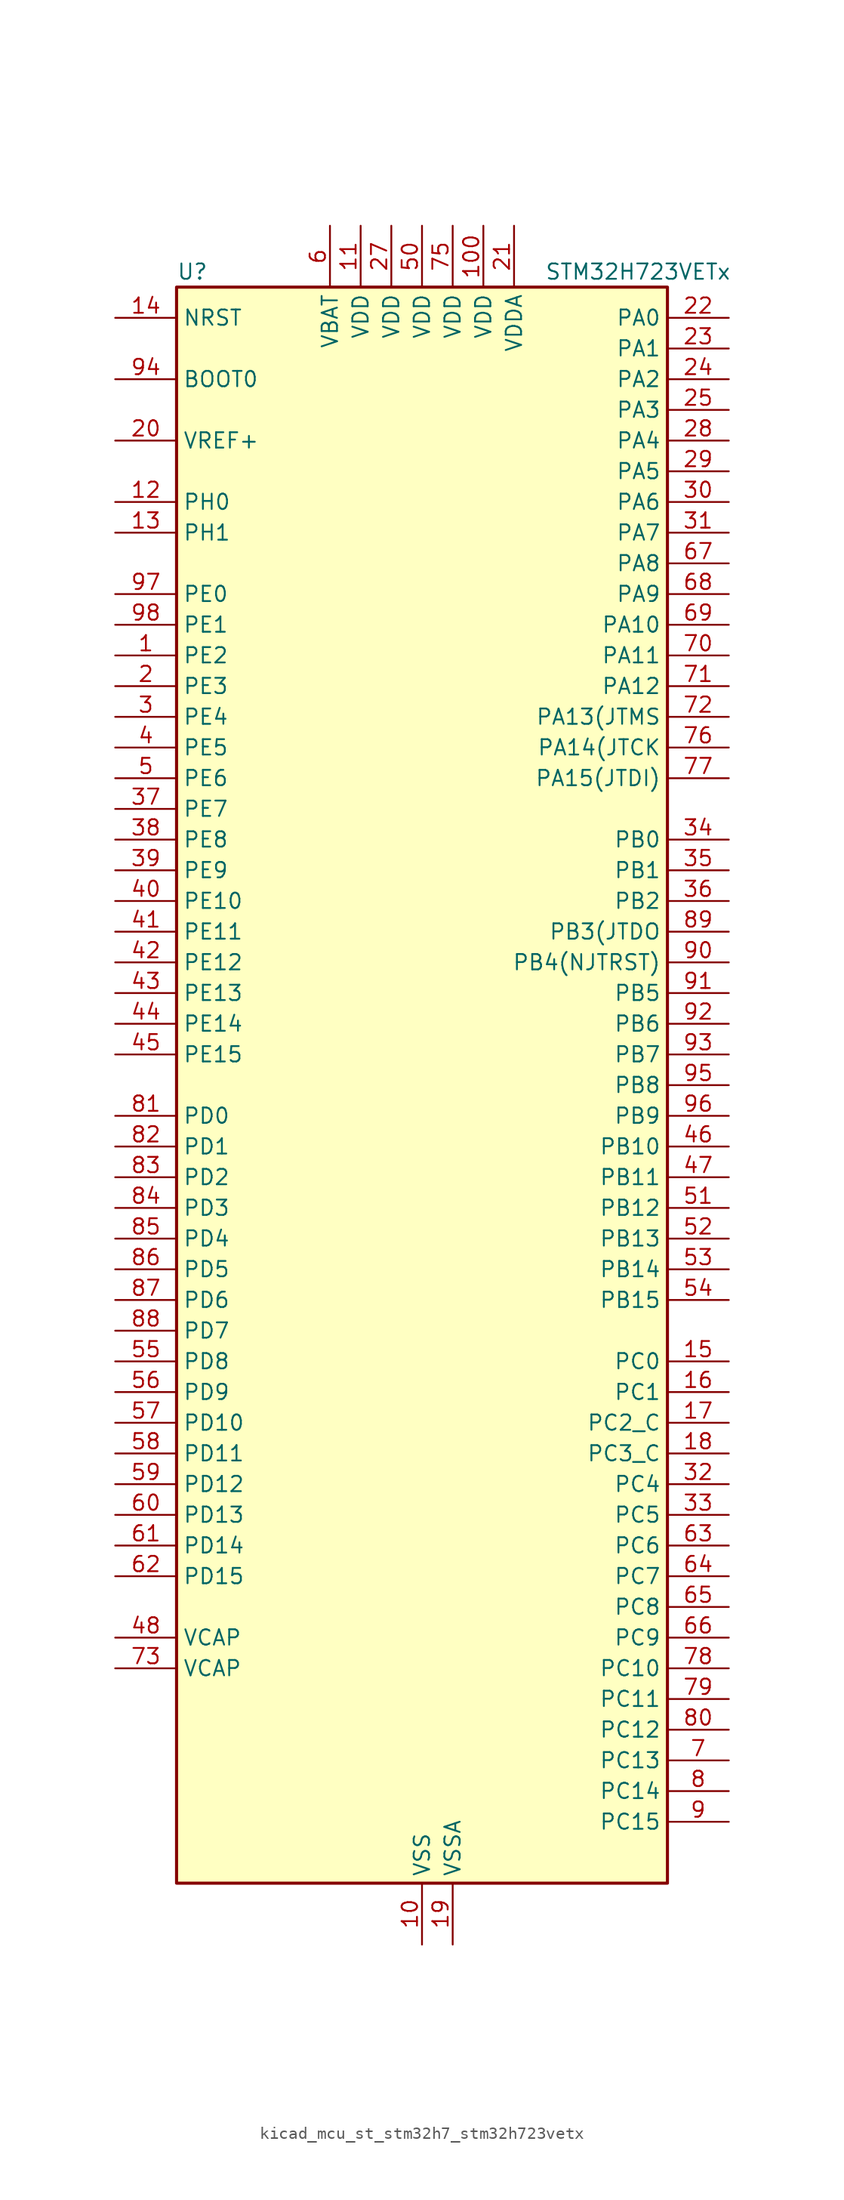
<source format=kicad_sym>
(kicad_symbol_lib
  (version 20220914)
  (generator kicad_symbol_editor)
  (symbol "kicad_mcu_st_stm32h7_stm32h723vetx"
    (property "Reference" "U"
      (at -20.32 67.31 0)
      (effects (font (size 1.27 1.27)) (justify left)))
    (property "Value" "STM32H723VETx"
      (at 10.16 67.31 0)
      (effects (font (size 1.27 1.27)) (justify left)))
    (property "ki_locked" ""
      (at 0 0 0)
      (effects (font (size 1.27 1.27))))
    (symbol "kicad_mcu_st_stm32h7_stm32h723vetx_0_1"
      (rectangle (start -20.32 -66.04) (end 20.32 66.04) (stroke (width 0.254) (type default)) (fill (type background))))
    (symbol "kicad_mcu_st_stm32h7_stm32h723vetx_1_1"
      (pin bidirectional line (at -25.4 35.56 0) (length 5.08) (name "PE2" (effects (font (size 1.27 1.27)))) (number "1" (effects (font (size 1.27 1.27)))) (alternate "DEBUG_TRACECLK" bidirectional line) (alternate "ETH_TXD3" bidirectional line) (alternate "FMC_A23" bidirectional line) (alternate "OCTOSPIM_P1_IO2" bidirectional line) (alternate "SAI1_CK1" bidirectional line) (alternate "SAI1_MCLK_A" bidirectional line) (alternate "SAI4_CK1" bidirectional line) (alternate "SAI4_MCLK_A" bidirectional line) (alternate "SPI4_SCK" bidirectional line) (alternate "USART10_RX" bidirectional line))
      (pin power_in line (at 0 -71.12 90) (length 5.08) (name "VSS" (effects (font (size 1.27 1.27)))) (number "10" (effects (font (size 1.27 1.27)))))
      (pin power_in line (at 5.08 71.12 270) (length 5.08) (name "VDD" (effects (font (size 1.27 1.27)))) (number "100" (effects (font (size 1.27 1.27)))))
      (pin power_in line (at -5.08 71.12 270) (length 5.08) (name "VDD" (effects (font (size 1.27 1.27)))) (number "11" (effects (font (size 1.27 1.27)))))
      (pin bidirectional line (at -25.4 48.26 0) (length 5.08) (name "PH0" (effects (font (size 1.27 1.27)))) (number "12" (effects (font (size 1.27 1.27)))) (alternate "RCC_OSC_IN" bidirectional line))
      (pin bidirectional line (at -25.4 45.72 0) (length 5.08) (name "PH1" (effects (font (size 1.27 1.27)))) (number "13" (effects (font (size 1.27 1.27)))) (alternate "RCC_OSC_OUT" bidirectional line))
      (pin input line (at -25.4 63.5 0) (length 5.08) (name "NRST" (effects (font (size 1.27 1.27)))) (number "14" (effects (font (size 1.27 1.27)))))
      (pin bidirectional line (at 25.4 -22.86 180) (length 5.08) (name "PC0" (effects (font (size 1.27 1.27)))) (number "15" (effects (font (size 1.27 1.27)))) (alternate "ADC1_INP10" bidirectional line) (alternate "ADC2_INP10" bidirectional line) (alternate "ADC3_INP10" bidirectional line) (alternate "DFSDM1_CKIN0" bidirectional line) (alternate "DFSDM1_DATIN4" bidirectional line) (alternate "FMC_A25" bidirectional line) (alternate "FMC_D12" bidirectional line) (alternate "FMC_DA12" bidirectional line) (alternate "FMC_SDNWE" bidirectional line) (alternate "LTDC_G2" bidirectional line) (alternate "LTDC_R5" bidirectional line) (alternate "SAI4_FS_B" bidirectional line) (alternate "USB_OTG_HS_ULPI_STP" bidirectional line))
      (pin bidirectional line (at 25.4 -25.4 180) (length 5.08) (name "PC1" (effects (font (size 1.27 1.27)))) (number "16" (effects (font (size 1.27 1.27)))) (alternate "ADC1_INN10" bidirectional line) (alternate "ADC1_INP11" bidirectional line) (alternate "ADC2_INN10" bidirectional line) (alternate "ADC2_INP11" bidirectional line) (alternate "ADC3_INN10" bidirectional line) (alternate "ADC3_INP11" bidirectional line) (alternate "DEBUG_TRACED0" bidirectional line) (alternate "DFSDM1_CKIN4" bidirectional line) (alternate "DFSDM1_DATIN0" bidirectional line) (alternate "ETH_MDC" bidirectional line) (alternate "I2S2_SDO" bidirectional line) (alternate "LTDC_G5" bidirectional line) (alternate "MDIOS_MDC" bidirectional line) (alternate "OCTOSPIM_P1_IO4" bidirectional line) (alternate "PWR_WKUP6" bidirectional line) (alternate "RTC_TAMP3" bidirectional line) (alternate "SAI1_D1" bidirectional line) (alternate "SAI1_SD_A" bidirectional line) (alternate "SAI4_D1" bidirectional line) (alternate "SAI4_SD_A" bidirectional line) (alternate "SDMMC2_CK" bidirectional line) (alternate "SPI2_MOSI" bidirectional line))
      (pin bidirectional line (at 25.4 -27.94 180) (length 5.08) (name "PC2_C" (effects (font (size 1.27 1.27)))) (number "17" (effects (font (size 1.27 1.27)))) (alternate "ADC3_INN1" bidirectional line) (alternate "ADC3_INP0" bidirectional line) (alternate "DFSDM1_CKIN1" bidirectional line) (alternate "DFSDM1_CKOUT" bidirectional line) (alternate "ETH_TXD2" bidirectional line) (alternate "FMC_SDNE0" bidirectional line) (alternate "I2S2_SDI" bidirectional line) (alternate "OCTOSPIM_P1_IO2" bidirectional line) (alternate "OCTOSPIM_P1_IO5" bidirectional line) (alternate "PWR_CSTOP" bidirectional line) (alternate "SPI2_MISO" bidirectional line) (alternate "USB_OTG_HS_ULPI_DIR" bidirectional line))
      (pin bidirectional line (at 25.4 -30.48 180) (length 5.08) (name "PC3_C" (effects (font (size 1.27 1.27)))) (number "18" (effects (font (size 1.27 1.27)))) (alternate "ADC3_INP1" bidirectional line) (alternate "DFSDM1_DATIN1" bidirectional line) (alternate "ETH_TX_CLK" bidirectional line) (alternate "FMC_SDCKE0" bidirectional line) (alternate "I2S2_SDO" bidirectional line) (alternate "OCTOSPIM_P1_IO0" bidirectional line) (alternate "OCTOSPIM_P1_IO6" bidirectional line) (alternate "PWR_CSLEEP" bidirectional line) (alternate "SPI2_MOSI" bidirectional line) (alternate "USB_OTG_HS_ULPI_NXT" bidirectional line))
      (pin power_in line (at 2.54 -71.12 90) (length 5.08) (name "VSSA" (effects (font (size 1.27 1.27)))) (number "19" (effects (font (size 1.27 1.27)))))
      (pin bidirectional line (at -25.4 33.02 0) (length 5.08) (name "PE3" (effects (font (size 1.27 1.27)))) (number "2" (effects (font (size 1.27 1.27)))) (alternate "DEBUG_TRACED0" bidirectional line) (alternate "FMC_A19" bidirectional line) (alternate "SAI1_SD_B" bidirectional line) (alternate "SAI4_SD_B" bidirectional line) (alternate "TIM15_BKIN" bidirectional line) (alternate "USART10_TX" bidirectional line))
      (pin input line (at -25.4 53.34 0) (length 5.08) (name "VREF+" (effects (font (size 1.27 1.27)))) (number "20" (effects (font (size 1.27 1.27)))) (alternate "VREFBUF_OUT" bidirectional line))
      (pin power_in line (at 7.62 71.12 270) (length 5.08) (name "VDDA" (effects (font (size 1.27 1.27)))) (number "21" (effects (font (size 1.27 1.27)))))
      (pin bidirectional line (at 25.4 63.5 180) (length 5.08) (name "PA0" (effects (font (size 1.27 1.27)))) (number "22" (effects (font (size 1.27 1.27)))) (alternate "ADC1_INP16" bidirectional line) (alternate "ETH_CRS" bidirectional line) (alternate "FMC_A19" bidirectional line) (alternate "I2S6_WS" bidirectional line) (alternate "PWR_WKUP1" bidirectional line) (alternate "SAI4_SD_B" bidirectional line) (alternate "SDMMC2_CMD" bidirectional line) (alternate "SPI6_NSS" bidirectional line) (alternate "TIM15_BKIN" bidirectional line) (alternate "TIM2_CH1" bidirectional line) (alternate "TIM2_ETR" bidirectional line) (alternate "TIM5_CH1" bidirectional line) (alternate "TIM8_ETR" bidirectional line) (alternate "UART4_TX" bidirectional line) (alternate "USART2_CTS" bidirectional line) (alternate "USART2_NSS" bidirectional line))
      (pin bidirectional line (at 25.4 60.96 180) (length 5.08) (name "PA1" (effects (font (size 1.27 1.27)))) (number "23" (effects (font (size 1.27 1.27)))) (alternate "ADC1_INN16" bidirectional line) (alternate "ADC1_INP17" bidirectional line) (alternate "ETH_REF_CLK" bidirectional line) (alternate "ETH_RX_CLK" bidirectional line) (alternate "LPTIM3_OUT" bidirectional line) (alternate "LTDC_R2" bidirectional line) (alternate "OCTOSPIM_P1_DQS" bidirectional line) (alternate "OCTOSPIM_P1_IO3" bidirectional line) (alternate "SAI4_MCLK_B" bidirectional line) (alternate "TIM15_CH1N" bidirectional line) (alternate "TIM2_CH2" bidirectional line) (alternate "TIM5_CH2" bidirectional line) (alternate "UART4_RX" bidirectional line) (alternate "USART2_DE" bidirectional line) (alternate "USART2_RTS" bidirectional line))
      (pin bidirectional line (at 25.4 58.42 180) (length 5.08) (name "PA2" (effects (font (size 1.27 1.27)))) (number "24" (effects (font (size 1.27 1.27)))) (alternate "ADC1_INP14" bidirectional line) (alternate "ADC2_INP14" bidirectional line) (alternate "ETH_MDIO" bidirectional line) (alternate "LPTIM4_OUT" bidirectional line) (alternate "LTDC_R1" bidirectional line) (alternate "MDIOS_MDIO" bidirectional line) (alternate "OCTOSPIM_P1_IO0" bidirectional line) (alternate "PWR_WKUP2" bidirectional line) (alternate "SAI4_SCK_B" bidirectional line) (alternate "TIM15_CH1" bidirectional line) (alternate "TIM2_CH3" bidirectional line) (alternate "TIM5_CH3" bidirectional line) (alternate "USART2_TX" bidirectional line))
      (pin bidirectional line (at 25.4 55.88 180) (length 5.08) (name "PA3" (effects (font (size 1.27 1.27)))) (number "25" (effects (font (size 1.27 1.27)))) (alternate "ADC1_INP15" bidirectional line) (alternate "ADC2_INP15" bidirectional line) (alternate "ETH_COL" bidirectional line) (alternate "I2S6_MCK" bidirectional line) (alternate "LPTIM5_OUT" bidirectional line) (alternate "LTDC_B2" bidirectional line) (alternate "LTDC_B5" bidirectional line) (alternate "OCTOSPIM_P1_CLK" bidirectional line) (alternate "OCTOSPIM_P1_IO2" bidirectional line) (alternate "TIM15_CH2" bidirectional line) (alternate "TIM2_CH4" bidirectional line) (alternate "TIM5_CH4" bidirectional line) (alternate "USART2_RX" bidirectional line) (alternate "USB_OTG_HS_ULPI_D0" bidirectional line))
      (pin passive line (at 0 -71.12 90) (length 5.08) hide (name "VSS" (effects (font (size 1.27 1.27)))) (number "26" (effects (font (size 1.27 1.27)))))
      (pin power_in line (at -2.54 71.12 270) (length 5.08) (name "VDD" (effects (font (size 1.27 1.27)))) (number "27" (effects (font (size 1.27 1.27)))))
      (pin bidirectional line (at 25.4 53.34 180) (length 5.08) (name "PA4" (effects (font (size 1.27 1.27)))) (number "28" (effects (font (size 1.27 1.27)))) (alternate "ADC1_INP18" bidirectional line) (alternate "ADC2_INP18" bidirectional line) (alternate "DAC1_OUT1" bidirectional line) (alternate "DCMI_HSYNC" bidirectional line) (alternate "FMC_D8" bidirectional line) (alternate "FMC_DA8" bidirectional line) (alternate "I2S1_WS" bidirectional line) (alternate "I2S3_WS" bidirectional line) (alternate "I2S6_WS" bidirectional line) (alternate "LTDC_VSYNC" bidirectional line) (alternate "PSSI_DE" bidirectional line) (alternate "SPI1_NSS" bidirectional line) (alternate "SPI3_NSS" bidirectional line) (alternate "SPI6_NSS" bidirectional line) (alternate "TIM5_ETR" bidirectional line) (alternate "USART2_CK" bidirectional line))
      (pin bidirectional line (at 25.4 50.8 180) (length 5.08) (name "PA5" (effects (font (size 1.27 1.27)))) (number "29" (effects (font (size 1.27 1.27)))) (alternate "ADC1_INN18" bidirectional line) (alternate "ADC1_INP19" bidirectional line) (alternate "ADC2_INN18" bidirectional line) (alternate "ADC2_INP19" bidirectional line) (alternate "DAC1_OUT2" bidirectional line) (alternate "FMC_D9" bidirectional line) (alternate "FMC_DA9" bidirectional line) (alternate "I2S1_CK" bidirectional line) (alternate "I2S6_CK" bidirectional line) (alternate "LTDC_R4" bidirectional line) (alternate "PSSI_D14" bidirectional line) (alternate "PWR_NDSTOP2" bidirectional line) (alternate "SPI1_SCK" bidirectional line) (alternate "SPI6_SCK" bidirectional line) (alternate "TIM2_CH1" bidirectional line) (alternate "TIM2_ETR" bidirectional line) (alternate "TIM8_CH1N" bidirectional line) (alternate "USB_OTG_HS_ULPI_CK" bidirectional line))
      (pin bidirectional line (at -25.4 30.48 0) (length 5.08) (name "PE4" (effects (font (size 1.27 1.27)))) (number "3" (effects (font (size 1.27 1.27)))) (alternate "DCMI_D4" bidirectional line) (alternate "DEBUG_TRACED1" bidirectional line) (alternate "DFSDM1_DATIN3" bidirectional line) (alternate "FMC_A20" bidirectional line) (alternate "LTDC_B0" bidirectional line) (alternate "PSSI_D4" bidirectional line) (alternate "SAI1_D2" bidirectional line) (alternate "SAI1_FS_A" bidirectional line) (alternate "SAI4_D2" bidirectional line) (alternate "SAI4_FS_A" bidirectional line) (alternate "SPI4_NSS" bidirectional line) (alternate "TIM15_CH1N" bidirectional line))
      (pin bidirectional line (at 25.4 48.26 180) (length 5.08) (name "PA6" (effects (font (size 1.27 1.27)))) (number "30" (effects (font (size 1.27 1.27)))) (alternate "ADC1_INP3" bidirectional line) (alternate "ADC2_INP3" bidirectional line) (alternate "DCMI_PIXCLK" bidirectional line) (alternate "I2S1_SDI" bidirectional line) (alternate "I2S6_SDI" bidirectional line) (alternate "LTDC_G2" bidirectional line) (alternate "MDIOS_MDC" bidirectional line) (alternate "OCTOSPIM_P1_IO3" bidirectional line) (alternate "PSSI_PDCK" bidirectional line) (alternate "SPI1_MISO" bidirectional line) (alternate "SPI6_MISO" bidirectional line) (alternate "TIM13_CH1" bidirectional line) (alternate "TIM1_BKIN" bidirectional line) (alternate "TIM1_BKIN_COMP1" bidirectional line) (alternate "TIM1_BKIN_COMP2" bidirectional line) (alternate "TIM3_CH1" bidirectional line) (alternate "TIM8_BKIN" bidirectional line) (alternate "TIM8_BKIN_COMP1" bidirectional line) (alternate "TIM8_BKIN_COMP2" bidirectional line))
      (pin bidirectional line (at 25.4 45.72 180) (length 5.08) (name "PA7" (effects (font (size 1.27 1.27)))) (number "31" (effects (font (size 1.27 1.27)))) (alternate "ADC1_INN3" bidirectional line) (alternate "ADC1_INP7" bidirectional line) (alternate "ADC2_INN3" bidirectional line) (alternate "ADC2_INP7" bidirectional line) (alternate "ETH_CRS_DV" bidirectional line) (alternate "ETH_RX_DV" bidirectional line) (alternate "FMC_SDNWE" bidirectional line) (alternate "I2S1_SDO" bidirectional line) (alternate "I2S6_SDO" bidirectional line) (alternate "LTDC_VSYNC" bidirectional line) (alternate "OCTOSPIM_P1_IO2" bidirectional line) (alternate "OPAMP1_VINM" bidirectional line) (alternate "SPI1_MOSI" bidirectional line) (alternate "SPI6_MOSI" bidirectional line) (alternate "TIM14_CH1" bidirectional line) (alternate "TIM1_CH1N" bidirectional line) (alternate "TIM3_CH2" bidirectional line) (alternate "TIM8_CH1N" bidirectional line))
      (pin bidirectional line (at 25.4 -33.02 180) (length 5.08) (name "PC4" (effects (font (size 1.27 1.27)))) (number "32" (effects (font (size 1.27 1.27)))) (alternate "ADC1_INP4" bidirectional line) (alternate "ADC2_INP4" bidirectional line) (alternate "COMP1_INM" bidirectional line) (alternate "DFSDM1_CKIN2" bidirectional line) (alternate "ETH_RXD0" bidirectional line) (alternate "FMC_A22" bidirectional line) (alternate "FMC_SDNE0" bidirectional line) (alternate "I2S1_MCK" bidirectional line) (alternate "LTDC_R7" bidirectional line) (alternate "OPAMP1_VOUT" bidirectional line) (alternate "SDMMC2_CKIN" bidirectional line) (alternate "SPDIFRX1_IN2" bidirectional line))
      (pin bidirectional line (at 25.4 -35.56 180) (length 5.08) (name "PC5" (effects (font (size 1.27 1.27)))) (number "33" (effects (font (size 1.27 1.27)))) (alternate "ADC1_INN4" bidirectional line) (alternate "ADC1_INP8" bidirectional line) (alternate "ADC2_INN4" bidirectional line) (alternate "ADC2_INP8" bidirectional line) (alternate "COMP1_OUT" bidirectional line) (alternate "DFSDM1_DATIN2" bidirectional line) (alternate "ETH_RXD1" bidirectional line) (alternate "FMC_SDCKE0" bidirectional line) (alternate "LTDC_DE" bidirectional line) (alternate "OCTOSPIM_P1_DQS" bidirectional line) (alternate "OPAMP1_VINM" bidirectional line) (alternate "PSSI_D15" bidirectional line) (alternate "SAI1_D3" bidirectional line) (alternate "SAI4_D3" bidirectional line) (alternate "SPDIFRX1_IN3" bidirectional line))
      (pin bidirectional line (at 25.4 20.32 180) (length 5.08) (name "PB0" (effects (font (size 1.27 1.27)))) (number "34" (effects (font (size 1.27 1.27)))) (alternate "ADC1_INN5" bidirectional line) (alternate "ADC1_INP9" bidirectional line) (alternate "ADC2_INN5" bidirectional line) (alternate "ADC2_INP9" bidirectional line) (alternate "COMP1_INP" bidirectional line) (alternate "DFSDM1_CKOUT" bidirectional line) (alternate "ETH_RXD2" bidirectional line) (alternate "LTDC_G1" bidirectional line) (alternate "LTDC_R3" bidirectional line) (alternate "OCTOSPIM_P1_IO1" bidirectional line) (alternate "OPAMP1_VINP" bidirectional line) (alternate "TIM1_CH2N" bidirectional line) (alternate "TIM3_CH3" bidirectional line) (alternate "TIM8_CH2N" bidirectional line) (alternate "UART4_CTS" bidirectional line) (alternate "USB_OTG_HS_ULPI_D1" bidirectional line))
      (pin bidirectional line (at 25.4 17.78 180) (length 5.08) (name "PB1" (effects (font (size 1.27 1.27)))) (number "35" (effects (font (size 1.27 1.27)))) (alternate "ADC1_INP5" bidirectional line) (alternate "ADC2_INP5" bidirectional line) (alternate "COMP1_INM" bidirectional line) (alternate "DFSDM1_DATIN1" bidirectional line) (alternate "ETH_RXD3" bidirectional line) (alternate "LTDC_G0" bidirectional line) (alternate "LTDC_R6" bidirectional line) (alternate "OCTOSPIM_P1_IO0" bidirectional line) (alternate "TIM1_CH3N" bidirectional line) (alternate "TIM3_CH4" bidirectional line) (alternate "TIM8_CH3N" bidirectional line) (alternate "USB_OTG_HS_ULPI_D2" bidirectional line))
      (pin bidirectional line (at 25.4 15.24 180) (length 5.08) (name "PB2" (effects (font (size 1.27 1.27)))) (number "36" (effects (font (size 1.27 1.27)))) (alternate "COMP1_INP" bidirectional line) (alternate "DFSDM1_CKIN1" bidirectional line) (alternate "ETH_TX_ER" bidirectional line) (alternate "I2S3_SDO" bidirectional line) (alternate "OCTOSPIM_P1_CLK" bidirectional line) (alternate "OCTOSPIM_P1_DQS" bidirectional line) (alternate "RTC_OUT_ALARM" bidirectional line) (alternate "RTC_OUT_CALIB" bidirectional line) (alternate "SAI1_D1" bidirectional line) (alternate "SAI1_SD_A" bidirectional line) (alternate "SAI4_D1" bidirectional line) (alternate "SAI4_SD_A" bidirectional line) (alternate "SPI3_MOSI" bidirectional line) (alternate "TIM23_ETR" bidirectional line))
      (pin bidirectional line (at -25.4 22.86 0) (length 5.08) (name "PE7" (effects (font (size 1.27 1.27)))) (number "37" (effects (font (size 1.27 1.27)))) (alternate "COMP2_INM" bidirectional line) (alternate "DFSDM1_DATIN2" bidirectional line) (alternate "FMC_D4" bidirectional line) (alternate "FMC_DA4" bidirectional line) (alternate "OCTOSPIM_P1_IO4" bidirectional line) (alternate "OPAMP2_VOUT" bidirectional line) (alternate "TIM1_ETR" bidirectional line) (alternate "UART7_RX" bidirectional line))
      (pin bidirectional line (at -25.4 20.32 0) (length 5.08) (name "PE8" (effects (font (size 1.27 1.27)))) (number "38" (effects (font (size 1.27 1.27)))) (alternate "COMP2_OUT" bidirectional line) (alternate "DFSDM1_CKIN2" bidirectional line) (alternate "FMC_D5" bidirectional line) (alternate "FMC_DA5" bidirectional line) (alternate "OCTOSPIM_P1_IO5" bidirectional line) (alternate "OPAMP2_VINM" bidirectional line) (alternate "TIM1_CH1N" bidirectional line) (alternate "UART7_TX" bidirectional line))
      (pin bidirectional line (at -25.4 17.78 0) (length 5.08) (name "PE9" (effects (font (size 1.27 1.27)))) (number "39" (effects (font (size 1.27 1.27)))) (alternate "COMP2_INP" bidirectional line) (alternate "DAC1_EXTI9" bidirectional line) (alternate "DFSDM1_CKOUT" bidirectional line) (alternate "FMC_D6" bidirectional line) (alternate "FMC_DA6" bidirectional line) (alternate "OCTOSPIM_P1_IO6" bidirectional line) (alternate "OPAMP2_VINP" bidirectional line) (alternate "TIM1_CH1" bidirectional line) (alternate "UART7_DE" bidirectional line) (alternate "UART7_RTS" bidirectional line))
      (pin bidirectional line (at -25.4 27.94 0) (length 5.08) (name "PE5" (effects (font (size 1.27 1.27)))) (number "4" (effects (font (size 1.27 1.27)))) (alternate "DCMI_D6" bidirectional line) (alternate "DEBUG_TRACED2" bidirectional line) (alternate "DFSDM1_CKIN3" bidirectional line) (alternate "FMC_A21" bidirectional line) (alternate "LTDC_G0" bidirectional line) (alternate "PSSI_D6" bidirectional line) (alternate "SAI1_CK2" bidirectional line) (alternate "SAI1_SCK_A" bidirectional line) (alternate "SAI4_CK2" bidirectional line) (alternate "SAI4_SCK_A" bidirectional line) (alternate "SPI4_MISO" bidirectional line) (alternate "TIM15_CH1" bidirectional line))
      (pin bidirectional line (at -25.4 15.24 0) (length 5.08) (name "PE10" (effects (font (size 1.27 1.27)))) (number "40" (effects (font (size 1.27 1.27)))) (alternate "COMP2_INM" bidirectional line) (alternate "DFSDM1_DATIN4" bidirectional line) (alternate "FMC_D7" bidirectional line) (alternate "FMC_DA7" bidirectional line) (alternate "OCTOSPIM_P1_IO7" bidirectional line) (alternate "TIM1_CH2N" bidirectional line) (alternate "UART7_CTS" bidirectional line))
      (pin bidirectional line (at -25.4 12.7 0) (length 5.08) (name "PE11" (effects (font (size 1.27 1.27)))) (number "41" (effects (font (size 1.27 1.27)))) (alternate "ADC1_EXTI11" bidirectional line) (alternate "ADC2_EXTI11" bidirectional line) (alternate "ADC3_EXTI11" bidirectional line) (alternate "COMP2_INP" bidirectional line) (alternate "DFSDM1_CKIN4" bidirectional line) (alternate "FMC_D8" bidirectional line) (alternate "FMC_DA8" bidirectional line) (alternate "LTDC_G3" bidirectional line) (alternate "OCTOSPIM_P1_NCS" bidirectional line) (alternate "SAI4_SD_B" bidirectional line) (alternate "SPI4_NSS" bidirectional line) (alternate "TIM1_CH2" bidirectional line))
      (pin bidirectional line (at -25.4 10.16 0) (length 5.08) (name "PE12" (effects (font (size 1.27 1.27)))) (number "42" (effects (font (size 1.27 1.27)))) (alternate "COMP1_OUT" bidirectional line) (alternate "DFSDM1_DATIN5" bidirectional line) (alternate "FMC_D9" bidirectional line) (alternate "FMC_DA9" bidirectional line) (alternate "LTDC_B4" bidirectional line) (alternate "SAI4_SCK_B" bidirectional line) (alternate "SPI4_SCK" bidirectional line) (alternate "TIM1_CH3N" bidirectional line))
      (pin bidirectional line (at -25.4 7.62 0) (length 5.08) (name "PE13" (effects (font (size 1.27 1.27)))) (number "43" (effects (font (size 1.27 1.27)))) (alternate "COMP2_OUT" bidirectional line) (alternate "DFSDM1_CKIN5" bidirectional line) (alternate "FMC_D10" bidirectional line) (alternate "FMC_DA10" bidirectional line) (alternate "LTDC_DE" bidirectional line) (alternate "SAI4_FS_B" bidirectional line) (alternate "SPI4_MISO" bidirectional line) (alternate "TIM1_CH3" bidirectional line))
      (pin bidirectional line (at -25.4 5.08 0) (length 5.08) (name "PE14" (effects (font (size 1.27 1.27)))) (number "44" (effects (font (size 1.27 1.27)))) (alternate "FMC_D11" bidirectional line) (alternate "FMC_DA11" bidirectional line) (alternate "LTDC_CLK" bidirectional line) (alternate "SAI4_MCLK_B" bidirectional line) (alternate "SPI4_MOSI" bidirectional line) (alternate "TIM1_CH4" bidirectional line))
      (pin bidirectional line (at -25.4 2.54 0) (length 5.08) (name "PE15" (effects (font (size 1.27 1.27)))) (number "45" (effects (font (size 1.27 1.27)))) (alternate "ADC1_EXTI15" bidirectional line) (alternate "ADC2_EXTI15" bidirectional line) (alternate "ADC3_EXTI15" bidirectional line) (alternate "FMC_D12" bidirectional line) (alternate "FMC_DA12" bidirectional line) (alternate "LTDC_R7" bidirectional line) (alternate "TIM1_BKIN" bidirectional line) (alternate "TIM1_BKIN_COMP1" bidirectional line) (alternate "TIM1_BKIN_COMP2" bidirectional line) (alternate "USART10_CK" bidirectional line))
      (pin bidirectional line (at 25.4 -5.08 180) (length 5.08) (name "PB10" (effects (font (size 1.27 1.27)))) (number "46" (effects (font (size 1.27 1.27)))) (alternate "DFSDM1_DATIN7" bidirectional line) (alternate "ETH_RX_ER" bidirectional line) (alternate "I2C2_SCL" bidirectional line) (alternate "I2S2_CK" bidirectional line) (alternate "LPTIM2_IN1" bidirectional line) (alternate "LTDC_G4" bidirectional line) (alternate "OCTOSPIM_P1_NCS" bidirectional line) (alternate "SPI2_SCK" bidirectional line) (alternate "TIM2_CH3" bidirectional line) (alternate "USART3_TX" bidirectional line) (alternate "USB_OTG_HS_ULPI_D3" bidirectional line))
      (pin bidirectional line (at 25.4 -7.62 180) (length 5.08) (name "PB11" (effects (font (size 1.27 1.27)))) (number "47" (effects (font (size 1.27 1.27)))) (alternate "ADC1_EXTI11" bidirectional line) (alternate "ADC2_EXTI11" bidirectional line) (alternate "ADC3_EXTI11" bidirectional line) (alternate "DFSDM1_CKIN7" bidirectional line) (alternate "ETH_TX_EN" bidirectional line) (alternate "I2C2_SDA" bidirectional line) (alternate "LPTIM2_ETR" bidirectional line) (alternate "LTDC_G5" bidirectional line) (alternate "TIM2_CH4" bidirectional line) (alternate "USART3_RX" bidirectional line) (alternate "USB_OTG_HS_ULPI_D4" bidirectional line))
      (pin power_out line (at -25.4 -45.72 0) (length 5.08) (name "VCAP" (effects (font (size 1.27 1.27)))) (number "48" (effects (font (size 1.27 1.27)))))
      (pin passive line (at 0 -71.12 90) (length 5.08) hide (name "VSS" (effects (font (size 1.27 1.27)))) (number "49" (effects (font (size 1.27 1.27)))))
      (pin bidirectional line (at -25.4 25.4 0) (length 5.08) (name "PE6" (effects (font (size 1.27 1.27)))) (number "5" (effects (font (size 1.27 1.27)))) (alternate "DCMI_D7" bidirectional line) (alternate "DEBUG_TRACED3" bidirectional line) (alternate "FMC_A22" bidirectional line) (alternate "LTDC_G1" bidirectional line) (alternate "PSSI_D7" bidirectional line) (alternate "SAI1_D1" bidirectional line) (alternate "SAI1_SD_A" bidirectional line) (alternate "SAI4_D1" bidirectional line) (alternate "SAI4_MCLK_B" bidirectional line) (alternate "SAI4_SD_A" bidirectional line) (alternate "SPI4_MOSI" bidirectional line) (alternate "TIM15_CH2" bidirectional line) (alternate "TIM1_BKIN2" bidirectional line) (alternate "TIM1_BKIN2_COMP1" bidirectional line) (alternate "TIM1_BKIN2_COMP2" bidirectional line))
      (pin power_in line (at 0 71.12 270) (length 5.08) (name "VDD" (effects (font (size 1.27 1.27)))) (number "50" (effects (font (size 1.27 1.27)))))
      (pin bidirectional line (at 25.4 -10.16 180) (length 5.08) (name "PB12" (effects (font (size 1.27 1.27)))) (number "51" (effects (font (size 1.27 1.27)))) (alternate "DFSDM1_DATIN1" bidirectional line) (alternate "ETH_TXD0" bidirectional line) (alternate "FDCAN2_RX" bidirectional line) (alternate "I2C2_SMBA" bidirectional line) (alternate "I2S2_WS" bidirectional line) (alternate "OCTOSPIM_P1_IO0" bidirectional line) (alternate "OCTOSPIM_P1_NCLK" bidirectional line) (alternate "SPI2_NSS" bidirectional line) (alternate "TIM1_BKIN" bidirectional line) (alternate "TIM1_BKIN_COMP1" bidirectional line) (alternate "TIM1_BKIN_COMP2" bidirectional line) (alternate "UART5_RX" bidirectional line) (alternate "USART3_CK" bidirectional line) (alternate "USB_OTG_HS_ULPI_D5" bidirectional line))
      (pin bidirectional line (at 25.4 -12.7 180) (length 5.08) (name "PB13" (effects (font (size 1.27 1.27)))) (number "52" (effects (font (size 1.27 1.27)))) (alternate "DCMI_D2" bidirectional line) (alternate "DFSDM1_CKIN1" bidirectional line) (alternate "ETH_TXD1" bidirectional line) (alternate "FDCAN2_TX" bidirectional line) (alternate "I2S2_CK" bidirectional line) (alternate "LPTIM2_OUT" bidirectional line) (alternate "OCTOSPIM_P1_IO2" bidirectional line) (alternate "PSSI_D2" bidirectional line) (alternate "SDMMC1_D0" bidirectional line) (alternate "SPI2_SCK" bidirectional line) (alternate "TIM1_CH1N" bidirectional line) (alternate "UART5_TX" bidirectional line) (alternate "USART3_CTS" bidirectional line) (alternate "USART3_NSS" bidirectional line) (alternate "USB_OTG_HS_ULPI_D6" bidirectional line))
      (pin bidirectional line (at 25.4 -15.24 180) (length 5.08) (name "PB14" (effects (font (size 1.27 1.27)))) (number "53" (effects (font (size 1.27 1.27)))) (alternate "DFSDM1_DATIN2" bidirectional line) (alternate "FMC_D10" bidirectional line) (alternate "FMC_DA10" bidirectional line) (alternate "I2S2_SDI" bidirectional line) (alternate "LTDC_CLK" bidirectional line) (alternate "SDMMC2_D0" bidirectional line) (alternate "SPI2_MISO" bidirectional line) (alternate "TIM12_CH1" bidirectional line) (alternate "TIM1_CH2N" bidirectional line) (alternate "TIM8_CH2N" bidirectional line) (alternate "UART4_DE" bidirectional line) (alternate "UART4_RTS" bidirectional line) (alternate "USART1_TX" bidirectional line) (alternate "USART3_DE" bidirectional line) (alternate "USART3_RTS" bidirectional line))
      (pin bidirectional line (at 25.4 -17.78 180) (length 5.08) (name "PB15" (effects (font (size 1.27 1.27)))) (number "54" (effects (font (size 1.27 1.27)))) (alternate "ADC1_EXTI15" bidirectional line) (alternate "ADC2_EXTI15" bidirectional line) (alternate "ADC3_EXTI15" bidirectional line) (alternate "DFSDM1_CKIN2" bidirectional line) (alternate "FMC_D11" bidirectional line) (alternate "FMC_DA11" bidirectional line) (alternate "I2S2_SDO" bidirectional line) (alternate "LTDC_G7" bidirectional line) (alternate "RTC_REFIN" bidirectional line) (alternate "SDMMC2_D1" bidirectional line) (alternate "SPI2_MOSI" bidirectional line) (alternate "TIM12_CH2" bidirectional line) (alternate "TIM1_CH3N" bidirectional line) (alternate "TIM8_CH3N" bidirectional line) (alternate "UART4_CTS" bidirectional line) (alternate "USART1_RX" bidirectional line))
      (pin bidirectional line (at -25.4 -22.86 0) (length 5.08) (name "PD8" (effects (font (size 1.27 1.27)))) (number "55" (effects (font (size 1.27 1.27)))) (alternate "DFSDM1_CKIN3" bidirectional line) (alternate "FMC_D13" bidirectional line) (alternate "FMC_DA13" bidirectional line) (alternate "SPDIFRX1_IN1" bidirectional line) (alternate "USART3_TX" bidirectional line))
      (pin bidirectional line (at -25.4 -25.4 0) (length 5.08) (name "PD9" (effects (font (size 1.27 1.27)))) (number "56" (effects (font (size 1.27 1.27)))) (alternate "DAC1_EXTI9" bidirectional line) (alternate "DFSDM1_DATIN3" bidirectional line) (alternate "FMC_D14" bidirectional line) (alternate "FMC_DA14" bidirectional line) (alternate "USART3_RX" bidirectional line))
      (pin bidirectional line (at -25.4 -27.94 0) (length 5.08) (name "PD10" (effects (font (size 1.27 1.27)))) (number "57" (effects (font (size 1.27 1.27)))) (alternate "DFSDM1_CKOUT" bidirectional line) (alternate "FMC_D15" bidirectional line) (alternate "FMC_DA15" bidirectional line) (alternate "LTDC_B3" bidirectional line) (alternate "USART3_CK" bidirectional line))
      (pin bidirectional line (at -25.4 -30.48 0) (length 5.08) (name "PD11" (effects (font (size 1.27 1.27)))) (number "58" (effects (font (size 1.27 1.27)))) (alternate "ADC1_EXTI11" bidirectional line) (alternate "ADC2_EXTI11" bidirectional line) (alternate "ADC3_EXTI11" bidirectional line) (alternate "FMC_A16" bidirectional line) (alternate "FMC_CLE" bidirectional line) (alternate "I2C4_SMBA" bidirectional line) (alternate "LPTIM2_IN2" bidirectional line) (alternate "OCTOSPIM_P1_IO0" bidirectional line) (alternate "SAI4_SD_A" bidirectional line) (alternate "USART3_CTS" bidirectional line) (alternate "USART3_NSS" bidirectional line))
      (pin bidirectional line (at -25.4 -33.02 0) (length 5.08) (name "PD12" (effects (font (size 1.27 1.27)))) (number "59" (effects (font (size 1.27 1.27)))) (alternate "DCMI_D12" bidirectional line) (alternate "FDCAN3_RX" bidirectional line) (alternate "FMC_A17" bidirectional line) (alternate "FMC_ALE" bidirectional line) (alternate "I2C4_SCL" bidirectional line) (alternate "LPTIM1_IN1" bidirectional line) (alternate "LPTIM2_IN1" bidirectional line) (alternate "OCTOSPIM_P1_IO1" bidirectional line) (alternate "PSSI_D12" bidirectional line) (alternate "SAI4_FS_A" bidirectional line) (alternate "TIM4_CH1" bidirectional line) (alternate "USART3_DE" bidirectional line) (alternate "USART3_RTS" bidirectional line))
      (pin power_in line (at -7.62 71.12 270) (length 5.08) (name "VBAT" (effects (font (size 1.27 1.27)))) (number "6" (effects (font (size 1.27 1.27)))))
      (pin bidirectional line (at -25.4 -35.56 0) (length 5.08) (name "PD13" (effects (font (size 1.27 1.27)))) (number "60" (effects (font (size 1.27 1.27)))) (alternate "DCMI_D13" bidirectional line) (alternate "FDCAN3_TX" bidirectional line) (alternate "FMC_A18" bidirectional line) (alternate "I2C4_SDA" bidirectional line) (alternate "LPTIM1_OUT" bidirectional line) (alternate "OCTOSPIM_P1_IO3" bidirectional line) (alternate "PSSI_D13" bidirectional line) (alternate "SAI4_SCK_A" bidirectional line) (alternate "TIM4_CH2" bidirectional line) (alternate "UART9_DE" bidirectional line) (alternate "UART9_RTS" bidirectional line))
      (pin bidirectional line (at -25.4 -38.1 0) (length 5.08) (name "PD14" (effects (font (size 1.27 1.27)))) (number "61" (effects (font (size 1.27 1.27)))) (alternate "FMC_D0" bidirectional line) (alternate "FMC_DA0" bidirectional line) (alternate "TIM4_CH3" bidirectional line) (alternate "UART8_CTS" bidirectional line) (alternate "UART9_RX" bidirectional line))
      (pin bidirectional line (at -25.4 -40.64 0) (length 5.08) (name "PD15" (effects (font (size 1.27 1.27)))) (number "62" (effects (font (size 1.27 1.27)))) (alternate "ADC1_EXTI15" bidirectional line) (alternate "ADC2_EXTI15" bidirectional line) (alternate "ADC3_EXTI15" bidirectional line) (alternate "FMC_D1" bidirectional line) (alternate "FMC_DA1" bidirectional line) (alternate "TIM4_CH4" bidirectional line) (alternate "UART8_DE" bidirectional line) (alternate "UART8_RTS" bidirectional line) (alternate "UART9_TX" bidirectional line))
      (pin bidirectional line (at 25.4 -38.1 180) (length 5.08) (name "PC6" (effects (font (size 1.27 1.27)))) (number "63" (effects (font (size 1.27 1.27)))) (alternate "DCMI_D0" bidirectional line) (alternate "DFSDM1_CKIN3" bidirectional line) (alternate "FMC_NWAIT" bidirectional line) (alternate "I2S2_MCK" bidirectional line) (alternate "LTDC_HSYNC" bidirectional line) (alternate "PSSI_D0" bidirectional line) (alternate "SDMMC1_D0DIR" bidirectional line) (alternate "SDMMC1_D6" bidirectional line) (alternate "SDMMC2_D6" bidirectional line) (alternate "SWPMI1_IO" bidirectional line) (alternate "TIM3_CH1" bidirectional line) (alternate "TIM8_CH1" bidirectional line) (alternate "USART6_TX" bidirectional line))
      (pin bidirectional line (at 25.4 -40.64 180) (length 5.08) (name "PC7" (effects (font (size 1.27 1.27)))) (number "64" (effects (font (size 1.27 1.27)))) (alternate "DCMI_D1" bidirectional line) (alternate "DEBUG_TRGIO" bidirectional line) (alternate "DFSDM1_DATIN3" bidirectional line) (alternate "FMC_NE1" bidirectional line) (alternate "I2S3_MCK" bidirectional line) (alternate "LTDC_G6" bidirectional line) (alternate "PSSI_D1" bidirectional line) (alternate "SDMMC1_D123DIR" bidirectional line) (alternate "SDMMC1_D7" bidirectional line) (alternate "SDMMC2_D7" bidirectional line) (alternate "SWPMI1_TX" bidirectional line) (alternate "TIM3_CH2" bidirectional line) (alternate "TIM8_CH2" bidirectional line) (alternate "USART6_RX" bidirectional line))
      (pin bidirectional line (at 25.4 -43.18 180) (length 5.08) (name "PC8" (effects (font (size 1.27 1.27)))) (number "65" (effects (font (size 1.27 1.27)))) (alternate "DCMI_D2" bidirectional line) (alternate "DEBUG_TRACED1" bidirectional line) (alternate "FMC_INT" bidirectional line) (alternate "FMC_NCE" bidirectional line) (alternate "FMC_NE2" bidirectional line) (alternate "PSSI_D2" bidirectional line) (alternate "SDMMC1_D0" bidirectional line) (alternate "SWPMI1_RX" bidirectional line) (alternate "TIM3_CH3" bidirectional line) (alternate "TIM8_CH3" bidirectional line) (alternate "UART5_DE" bidirectional line) (alternate "UART5_RTS" bidirectional line) (alternate "USART6_CK" bidirectional line))
      (pin bidirectional line (at 25.4 -45.72 180) (length 5.08) (name "PC9" (effects (font (size 1.27 1.27)))) (number "66" (effects (font (size 1.27 1.27)))) (alternate "DAC1_EXTI9" bidirectional line) (alternate "DCMI_D3" bidirectional line) (alternate "I2C3_SDA" bidirectional line) (alternate "I2C5_SDA" bidirectional line) (alternate "I2S_CKIN" bidirectional line) (alternate "LTDC_B2" bidirectional line) (alternate "LTDC_G3" bidirectional line) (alternate "OCTOSPIM_P1_IO0" bidirectional line) (alternate "PSSI_D3" bidirectional line) (alternate "RCC_MCO_2" bidirectional line) (alternate "SDMMC1_D1" bidirectional line) (alternate "SWPMI1_SUSPEND" bidirectional line) (alternate "TIM3_CH4" bidirectional line) (alternate "TIM8_CH4" bidirectional line) (alternate "UART5_CTS" bidirectional line))
      (pin bidirectional line (at 25.4 43.18 180) (length 5.08) (name "PA8" (effects (font (size 1.27 1.27)))) (number "67" (effects (font (size 1.27 1.27)))) (alternate "I2C3_SCL" bidirectional line) (alternate "I2C5_SCL" bidirectional line) (alternate "LTDC_B3" bidirectional line) (alternate "LTDC_R6" bidirectional line) (alternate "RCC_MCO_1" bidirectional line) (alternate "TIM1_CH1" bidirectional line) (alternate "TIM8_BKIN2" bidirectional line) (alternate "TIM8_BKIN2_COMP1" bidirectional line) (alternate "TIM8_BKIN2_COMP2" bidirectional line) (alternate "UART7_RX" bidirectional line) (alternate "USART1_CK" bidirectional line) (alternate "USB_OTG_HS_SOF" bidirectional line))
      (pin bidirectional line (at 25.4 40.64 180) (length 5.08) (name "PA9" (effects (font (size 1.27 1.27)))) (number "68" (effects (font (size 1.27 1.27)))) (alternate "DAC1_EXTI9" bidirectional line) (alternate "DCMI_D0" bidirectional line) (alternate "ETH_TX_ER" bidirectional line) (alternate "I2C3_SMBA" bidirectional line) (alternate "I2C5_SMBA" bidirectional line) (alternate "I2S2_CK" bidirectional line) (alternate "LPUART1_TX" bidirectional line) (alternate "LTDC_R5" bidirectional line) (alternate "PSSI_D0" bidirectional line) (alternate "SPI2_SCK" bidirectional line) (alternate "TIM1_CH2" bidirectional line) (alternate "USART1_TX" bidirectional line) (alternate "USB_OTG_HS_VBUS" bidirectional line))
      (pin bidirectional line (at 25.4 38.1 180) (length 5.08) (name "PA10" (effects (font (size 1.27 1.27)))) (number "69" (effects (font (size 1.27 1.27)))) (alternate "DCMI_D1" bidirectional line) (alternate "LPUART1_RX" bidirectional line) (alternate "LTDC_B1" bidirectional line) (alternate "LTDC_B4" bidirectional line) (alternate "MDIOS_MDIO" bidirectional line) (alternate "PSSI_D1" bidirectional line) (alternate "TIM1_CH3" bidirectional line) (alternate "USART1_RX" bidirectional line) (alternate "USB_OTG_HS_ID" bidirectional line))
      (pin bidirectional line (at 25.4 -55.88 180) (length 5.08) (name "PC13" (effects (font (size 1.27 1.27)))) (number "7" (effects (font (size 1.27 1.27)))) (alternate "PWR_WKUP4" bidirectional line) (alternate "RTC_OUT_ALARM" bidirectional line) (alternate "RTC_OUT_CALIB" bidirectional line) (alternate "RTC_TAMP1" bidirectional line) (alternate "RTC_TS" bidirectional line))
      (pin bidirectional line (at 25.4 35.56 180) (length 5.08) (name "PA11" (effects (font (size 1.27 1.27)))) (number "70" (effects (font (size 1.27 1.27)))) (alternate "ADC1_EXTI11" bidirectional line) (alternate "ADC2_EXTI11" bidirectional line) (alternate "ADC3_EXTI11" bidirectional line) (alternate "FDCAN1_RX" bidirectional line) (alternate "I2S2_WS" bidirectional line) (alternate "LPUART1_CTS" bidirectional line) (alternate "LTDC_R4" bidirectional line) (alternate "SPI2_NSS" bidirectional line) (alternate "TIM1_CH4" bidirectional line) (alternate "UART4_RX" bidirectional line) (alternate "USART1_CTS" bidirectional line) (alternate "USART1_NSS" bidirectional line) (alternate "USB_OTG_HS_DM" bidirectional line))
      (pin bidirectional line (at 25.4 33.02 180) (length 5.08) (name "PA12" (effects (font (size 1.27 1.27)))) (number "71" (effects (font (size 1.27 1.27)))) (alternate "FDCAN1_TX" bidirectional line) (alternate "I2S2_CK" bidirectional line) (alternate "LPUART1_DE" bidirectional line) (alternate "LPUART1_RTS" bidirectional line) (alternate "LTDC_R5" bidirectional line) (alternate "SAI4_FS_B" bidirectional line) (alternate "SPI2_SCK" bidirectional line) (alternate "TIM1_BKIN2" bidirectional line) (alternate "TIM1_ETR" bidirectional line) (alternate "UART4_TX" bidirectional line) (alternate "USART1_DE" bidirectional line) (alternate "USART1_RTS" bidirectional line) (alternate "USB_OTG_HS_DP" bidirectional line))
      (pin bidirectional line (at 25.4 30.48 180) (length 5.08) (name "PA13(JTMS" (effects (font (size 1.27 1.27)))) (number "72" (effects (font (size 1.27 1.27)))) (alternate "DEBUG_JTMS-SWDIO" bidirectional line))
      (pin power_out line (at -25.4 -48.26 0) (length 5.08) (name "VCAP" (effects (font (size 1.27 1.27)))) (number "73" (effects (font (size 1.27 1.27)))))
      (pin passive line (at 0 -71.12 90) (length 5.08) hide (name "VSS" (effects (font (size 1.27 1.27)))) (number "74" (effects (font (size 1.27 1.27)))))
      (pin power_in line (at 2.54 71.12 270) (length 5.08) (name "VDD" (effects (font (size 1.27 1.27)))) (number "75" (effects (font (size 1.27 1.27)))))
      (pin bidirectional line (at 25.4 27.94 180) (length 5.08) (name "PA14(JTCK" (effects (font (size 1.27 1.27)))) (number "76" (effects (font (size 1.27 1.27)))) (alternate "DEBUG_JTCK-SWCLK" bidirectional line))
      (pin bidirectional line (at 25.4 25.4 180) (length 5.08) (name "PA15(JTDI)" (effects (font (size 1.27 1.27)))) (number "77" (effects (font (size 1.27 1.27)))) (alternate "ADC1_EXTI15" bidirectional line) (alternate "ADC2_EXTI15" bidirectional line) (alternate "ADC3_EXTI15" bidirectional line) (alternate "CEC" bidirectional line) (alternate "DEBUG_JTDI" bidirectional line) (alternate "I2S1_WS" bidirectional line) (alternate "I2S3_WS" bidirectional line) (alternate "I2S6_WS" bidirectional line) (alternate "LTDC_B6" bidirectional line) (alternate "LTDC_R3" bidirectional line) (alternate "SPI1_NSS" bidirectional line) (alternate "SPI3_NSS" bidirectional line) (alternate "SPI6_NSS" bidirectional line) (alternate "TIM2_CH1" bidirectional line) (alternate "TIM2_ETR" bidirectional line) (alternate "UART4_DE" bidirectional line) (alternate "UART4_RTS" bidirectional line) (alternate "UART7_TX" bidirectional line))
      (pin bidirectional line (at 25.4 -48.26 180) (length 5.08) (name "PC10" (effects (font (size 1.27 1.27)))) (number "78" (effects (font (size 1.27 1.27)))) (alternate "DCMI_D8" bidirectional line) (alternate "DFSDM1_CKIN5" bidirectional line) (alternate "I2C5_SDA" bidirectional line) (alternate "I2S3_CK" bidirectional line) (alternate "LTDC_B1" bidirectional line) (alternate "LTDC_R2" bidirectional line) (alternate "OCTOSPIM_P1_IO1" bidirectional line) (alternate "PSSI_D8" bidirectional line) (alternate "SDMMC1_D2" bidirectional line) (alternate "SPI3_SCK" bidirectional line) (alternate "SWPMI1_RX" bidirectional line) (alternate "UART4_TX" bidirectional line) (alternate "USART3_TX" bidirectional line))
      (pin bidirectional line (at 25.4 -50.8 180) (length 5.08) (name "PC11" (effects (font (size 1.27 1.27)))) (number "79" (effects (font (size 1.27 1.27)))) (alternate "ADC1_EXTI11" bidirectional line) (alternate "ADC2_EXTI11" bidirectional line) (alternate "ADC3_EXTI11" bidirectional line) (alternate "DCMI_D4" bidirectional line) (alternate "DFSDM1_DATIN5" bidirectional line) (alternate "I2C5_SCL" bidirectional line) (alternate "I2S3_SDI" bidirectional line) (alternate "LTDC_B4" bidirectional line) (alternate "OCTOSPIM_P1_NCS" bidirectional line) (alternate "PSSI_D4" bidirectional line) (alternate "SDMMC1_D3" bidirectional line) (alternate "SPI3_MISO" bidirectional line) (alternate "UART4_RX" bidirectional line) (alternate "USART3_RX" bidirectional line))
      (pin bidirectional line (at 25.4 -58.42 180) (length 5.08) (name "PC14" (effects (font (size 1.27 1.27)))) (number "8" (effects (font (size 1.27 1.27)))) (alternate "RCC_OSC32_IN" bidirectional line))
      (pin bidirectional line (at 25.4 -53.34 180) (length 5.08) (name "PC12" (effects (font (size 1.27 1.27)))) (number "80" (effects (font (size 1.27 1.27)))) (alternate "DCMI_D9" bidirectional line) (alternate "DEBUG_TRACED3" bidirectional line) (alternate "FMC_D6" bidirectional line) (alternate "FMC_DA6" bidirectional line) (alternate "I2C5_SMBA" bidirectional line) (alternate "I2S3_SDO" bidirectional line) (alternate "I2S6_CK" bidirectional line) (alternate "LTDC_R6" bidirectional line) (alternate "PSSI_D9" bidirectional line) (alternate "SDMMC1_CK" bidirectional line) (alternate "SPI3_MOSI" bidirectional line) (alternate "SPI6_SCK" bidirectional line) (alternate "TIM15_CH1" bidirectional line) (alternate "UART5_TX" bidirectional line) (alternate "USART3_CK" bidirectional line))
      (pin bidirectional line (at -25.4 -2.54 0) (length 5.08) (name "PD0" (effects (font (size 1.27 1.27)))) (number "81" (effects (font (size 1.27 1.27)))) (alternate "DFSDM1_CKIN6" bidirectional line) (alternate "FDCAN1_RX" bidirectional line) (alternate "FMC_D2" bidirectional line) (alternate "FMC_DA2" bidirectional line) (alternate "LTDC_B1" bidirectional line) (alternate "UART4_RX" bidirectional line) (alternate "UART9_CTS" bidirectional line))
      (pin bidirectional line (at -25.4 -5.08 0) (length 5.08) (name "PD1" (effects (font (size 1.27 1.27)))) (number "82" (effects (font (size 1.27 1.27)))) (alternate "DFSDM1_DATIN6" bidirectional line) (alternate "FDCAN1_TX" bidirectional line) (alternate "FMC_D3" bidirectional line) (alternate "FMC_DA3" bidirectional line) (alternate "UART4_TX" bidirectional line))
      (pin bidirectional line (at -25.4 -7.62 0) (length 5.08) (name "PD2" (effects (font (size 1.27 1.27)))) (number "83" (effects (font (size 1.27 1.27)))) (alternate "DCMI_D11" bidirectional line) (alternate "DEBUG_TRACED2" bidirectional line) (alternate "FMC_D7" bidirectional line) (alternate "FMC_DA7" bidirectional line) (alternate "LTDC_B2" bidirectional line) (alternate "LTDC_B7" bidirectional line) (alternate "PSSI_D11" bidirectional line) (alternate "SDMMC1_CMD" bidirectional line) (alternate "TIM15_BKIN" bidirectional line) (alternate "TIM3_ETR" bidirectional line) (alternate "UART5_RX" bidirectional line))
      (pin bidirectional line (at -25.4 -10.16 0) (length 5.08) (name "PD3" (effects (font (size 1.27 1.27)))) (number "84" (effects (font (size 1.27 1.27)))) (alternate "DCMI_D5" bidirectional line) (alternate "DFSDM1_CKOUT" bidirectional line) (alternate "FMC_CLK" bidirectional line) (alternate "I2S2_CK" bidirectional line) (alternate "LTDC_G7" bidirectional line) (alternate "PSSI_D5" bidirectional line) (alternate "SPI2_SCK" bidirectional line) (alternate "USART2_CTS" bidirectional line) (alternate "USART2_NSS" bidirectional line))
      (pin bidirectional line (at -25.4 -12.7 0) (length 5.08) (name "PD4" (effects (font (size 1.27 1.27)))) (number "85" (effects (font (size 1.27 1.27)))) (alternate "FMC_NOE" bidirectional line) (alternate "OCTOSPIM_P1_IO4" bidirectional line) (alternate "USART2_DE" bidirectional line) (alternate "USART2_RTS" bidirectional line))
      (pin bidirectional line (at -25.4 -15.24 0) (length 5.08) (name "PD5" (effects (font (size 1.27 1.27)))) (number "86" (effects (font (size 1.27 1.27)))) (alternate "FMC_NWE" bidirectional line) (alternate "OCTOSPIM_P1_IO5" bidirectional line) (alternate "USART2_TX" bidirectional line))
      (pin bidirectional line (at -25.4 -17.78 0) (length 5.08) (name "PD6" (effects (font (size 1.27 1.27)))) (number "87" (effects (font (size 1.27 1.27)))) (alternate "DCMI_D10" bidirectional line) (alternate "DFSDM1_CKIN4" bidirectional line) (alternate "DFSDM1_DATIN1" bidirectional line) (alternate "FMC_NWAIT" bidirectional line) (alternate "I2S3_SDO" bidirectional line) (alternate "LTDC_B2" bidirectional line) (alternate "OCTOSPIM_P1_IO6" bidirectional line) (alternate "PSSI_D10" bidirectional line) (alternate "SAI1_D1" bidirectional line) (alternate "SAI1_SD_A" bidirectional line) (alternate "SAI4_D1" bidirectional line) (alternate "SAI4_SD_A" bidirectional line) (alternate "SDMMC2_CK" bidirectional line) (alternate "SPI3_MOSI" bidirectional line) (alternate "USART2_RX" bidirectional line))
      (pin bidirectional line (at -25.4 -20.32 0) (length 5.08) (name "PD7" (effects (font (size 1.27 1.27)))) (number "88" (effects (font (size 1.27 1.27)))) (alternate "DFSDM1_CKIN1" bidirectional line) (alternate "DFSDM1_DATIN4" bidirectional line) (alternate "FMC_NE1" bidirectional line) (alternate "I2S1_SDO" bidirectional line) (alternate "OCTOSPIM_P1_IO7" bidirectional line) (alternate "SDMMC2_CMD" bidirectional line) (alternate "SPDIFRX1_IN0" bidirectional line) (alternate "SPI1_MOSI" bidirectional line) (alternate "USART2_CK" bidirectional line))
      (pin bidirectional line (at 25.4 12.7 180) (length 5.08) (name "PB3(JTDO" (effects (font (size 1.27 1.27)))) (number "89" (effects (font (size 1.27 1.27)))) (alternate "CRS_SYNC" bidirectional line) (alternate "DEBUG_JTDO-SWO" bidirectional line) (alternate "I2S1_CK" bidirectional line) (alternate "I2S3_CK" bidirectional line) (alternate "I2S6_CK" bidirectional line) (alternate "SDMMC2_D2" bidirectional line) (alternate "SPI1_SCK" bidirectional line) (alternate "SPI3_SCK" bidirectional line) (alternate "SPI6_SCK" bidirectional line) (alternate "TIM24_ETR" bidirectional line) (alternate "TIM2_CH2" bidirectional line) (alternate "UART7_RX" bidirectional line))
      (pin bidirectional line (at 25.4 -60.96 180) (length 5.08) (name "PC15" (effects (font (size 1.27 1.27)))) (number "9" (effects (font (size 1.27 1.27)))) (alternate "ADC1_EXTI15" bidirectional line) (alternate "ADC2_EXTI15" bidirectional line) (alternate "ADC3_EXTI15" bidirectional line) (alternate "RCC_OSC32_OUT" bidirectional line))
      (pin bidirectional line (at 25.4 10.16 180) (length 5.08) (name "PB4(NJTRST)" (effects (font (size 1.27 1.27)))) (number "90" (effects (font (size 1.27 1.27)))) (alternate "DEBUG_JTRST" bidirectional line) (alternate "I2S1_SDI" bidirectional line) (alternate "I2S2_WS" bidirectional line) (alternate "I2S3_SDI" bidirectional line) (alternate "I2S6_SDI" bidirectional line) (alternate "SDMMC2_D3" bidirectional line) (alternate "SPI1_MISO" bidirectional line) (alternate "SPI2_NSS" bidirectional line) (alternate "SPI3_MISO" bidirectional line) (alternate "SPI6_MISO" bidirectional line) (alternate "TIM16_BKIN" bidirectional line) (alternate "TIM3_CH1" bidirectional line) (alternate "UART7_TX" bidirectional line))
      (pin bidirectional line (at 25.4 7.62 180) (length 5.08) (name "PB5" (effects (font (size 1.27 1.27)))) (number "91" (effects (font (size 1.27 1.27)))) (alternate "DCMI_D10" bidirectional line) (alternate "ETH_PPS_OUT" bidirectional line) (alternate "FDCAN2_RX" bidirectional line) (alternate "FMC_SDCKE1" bidirectional line) (alternate "I2C1_SMBA" bidirectional line) (alternate "I2C4_SMBA" bidirectional line) (alternate "I2S1_SDO" bidirectional line) (alternate "I2S3_SDO" bidirectional line) (alternate "I2S6_SDO" bidirectional line) (alternate "LTDC_B5" bidirectional line) (alternate "PSSI_D10" bidirectional line) (alternate "SPI1_MOSI" bidirectional line) (alternate "SPI3_MOSI" bidirectional line) (alternate "SPI6_MOSI" bidirectional line) (alternate "TIM17_BKIN" bidirectional line) (alternate "TIM3_CH2" bidirectional line) (alternate "UART5_RX" bidirectional line) (alternate "USB_OTG_HS_ULPI_D7" bidirectional line))
      (pin bidirectional line (at 25.4 5.08 180) (length 5.08) (name "PB6" (effects (font (size 1.27 1.27)))) (number "92" (effects (font (size 1.27 1.27)))) (alternate "CEC" bidirectional line) (alternate "DCMI_D5" bidirectional line) (alternate "DFSDM1_DATIN5" bidirectional line) (alternate "FDCAN2_TX" bidirectional line) (alternate "FMC_SDNE1" bidirectional line) (alternate "I2C1_SCL" bidirectional line) (alternate "I2C4_SCL" bidirectional line) (alternate "LPUART1_TX" bidirectional line) (alternate "OCTOSPIM_P1_NCS" bidirectional line) (alternate "PSSI_D5" bidirectional line) (alternate "TIM16_CH1N" bidirectional line) (alternate "TIM4_CH1" bidirectional line) (alternate "UART5_TX" bidirectional line) (alternate "USART1_TX" bidirectional line))
      (pin bidirectional line (at 25.4 2.54 180) (length 5.08) (name "PB7" (effects (font (size 1.27 1.27)))) (number "93" (effects (font (size 1.27 1.27)))) (alternate "DCMI_VSYNC" bidirectional line) (alternate "DFSDM1_CKIN5" bidirectional line) (alternate "FMC_NL" bidirectional line) (alternate "I2C1_SDA" bidirectional line) (alternate "I2C4_SDA" bidirectional line) (alternate "LPUART1_RX" bidirectional line) (alternate "PSSI_RDY" bidirectional line) (alternate "PWR_PVD_IN" bidirectional line) (alternate "TIM17_CH1N" bidirectional line) (alternate "TIM4_CH2" bidirectional line) (alternate "USART1_RX" bidirectional line))
      (pin input line (at -25.4 58.42 0) (length 5.08) (name "BOOT0" (effects (font (size 1.27 1.27)))) (number "94" (effects (font (size 1.27 1.27)))))
      (pin bidirectional line (at 25.4 0 180) (length 5.08) (name "PB8" (effects (font (size 1.27 1.27)))) (number "95" (effects (font (size 1.27 1.27)))) (alternate "DCMI_D6" bidirectional line) (alternate "DFSDM1_CKIN7" bidirectional line) (alternate "ETH_TXD3" bidirectional line) (alternate "FDCAN1_RX" bidirectional line) (alternate "I2C1_SCL" bidirectional line) (alternate "I2C4_SCL" bidirectional line) (alternate "LTDC_B6" bidirectional line) (alternate "PSSI_D6" bidirectional line) (alternate "SDMMC1_CKIN" bidirectional line) (alternate "SDMMC1_D4" bidirectional line) (alternate "SDMMC2_D4" bidirectional line) (alternate "TIM16_CH1" bidirectional line) (alternate "TIM4_CH3" bidirectional line) (alternate "UART4_RX" bidirectional line))
      (pin bidirectional line (at 25.4 -2.54 180) (length 5.08) (name "PB9" (effects (font (size 1.27 1.27)))) (number "96" (effects (font (size 1.27 1.27)))) (alternate "DAC1_EXTI9" bidirectional line) (alternate "DCMI_D7" bidirectional line) (alternate "DFSDM1_DATIN7" bidirectional line) (alternate "FDCAN1_TX" bidirectional line) (alternate "I2C1_SDA" bidirectional line) (alternate "I2C4_SDA" bidirectional line) (alternate "I2C4_SMBA" bidirectional line) (alternate "I2S2_WS" bidirectional line) (alternate "LTDC_B7" bidirectional line) (alternate "PSSI_D7" bidirectional line) (alternate "SDMMC1_CDIR" bidirectional line) (alternate "SDMMC1_D5" bidirectional line) (alternate "SDMMC2_D5" bidirectional line) (alternate "SPI2_NSS" bidirectional line) (alternate "TIM17_CH1" bidirectional line) (alternate "TIM4_CH4" bidirectional line) (alternate "UART4_TX" bidirectional line))
      (pin bidirectional line (at -25.4 40.64 0) (length 5.08) (name "PE0" (effects (font (size 1.27 1.27)))) (number "97" (effects (font (size 1.27 1.27)))) (alternate "DCMI_D2" bidirectional line) (alternate "FMC_NBL0" bidirectional line) (alternate "LPTIM1_ETR" bidirectional line) (alternate "LPTIM2_ETR" bidirectional line) (alternate "LTDC_R0" bidirectional line) (alternate "PSSI_D2" bidirectional line) (alternate "SAI4_MCLK_A" bidirectional line) (alternate "TIM4_ETR" bidirectional line) (alternate "UART8_RX" bidirectional line))
      (pin bidirectional line (at -25.4 38.1 0) (length 5.08) (name "PE1" (effects (font (size 1.27 1.27)))) (number "98" (effects (font (size 1.27 1.27)))) (alternate "DCMI_D3" bidirectional line) (alternate "FMC_NBL1" bidirectional line) (alternate "LPTIM1_IN2" bidirectional line) (alternate "LTDC_R6" bidirectional line) (alternate "PSSI_D3" bidirectional line) (alternate "UART8_TX" bidirectional line))
      (pin passive line (at 0 -71.12 90) (length 5.08) hide (name "VSS" (effects (font (size 1.27 1.27)))) (number "99" (effects (font (size 1.27 1.27))))))))
</source>
